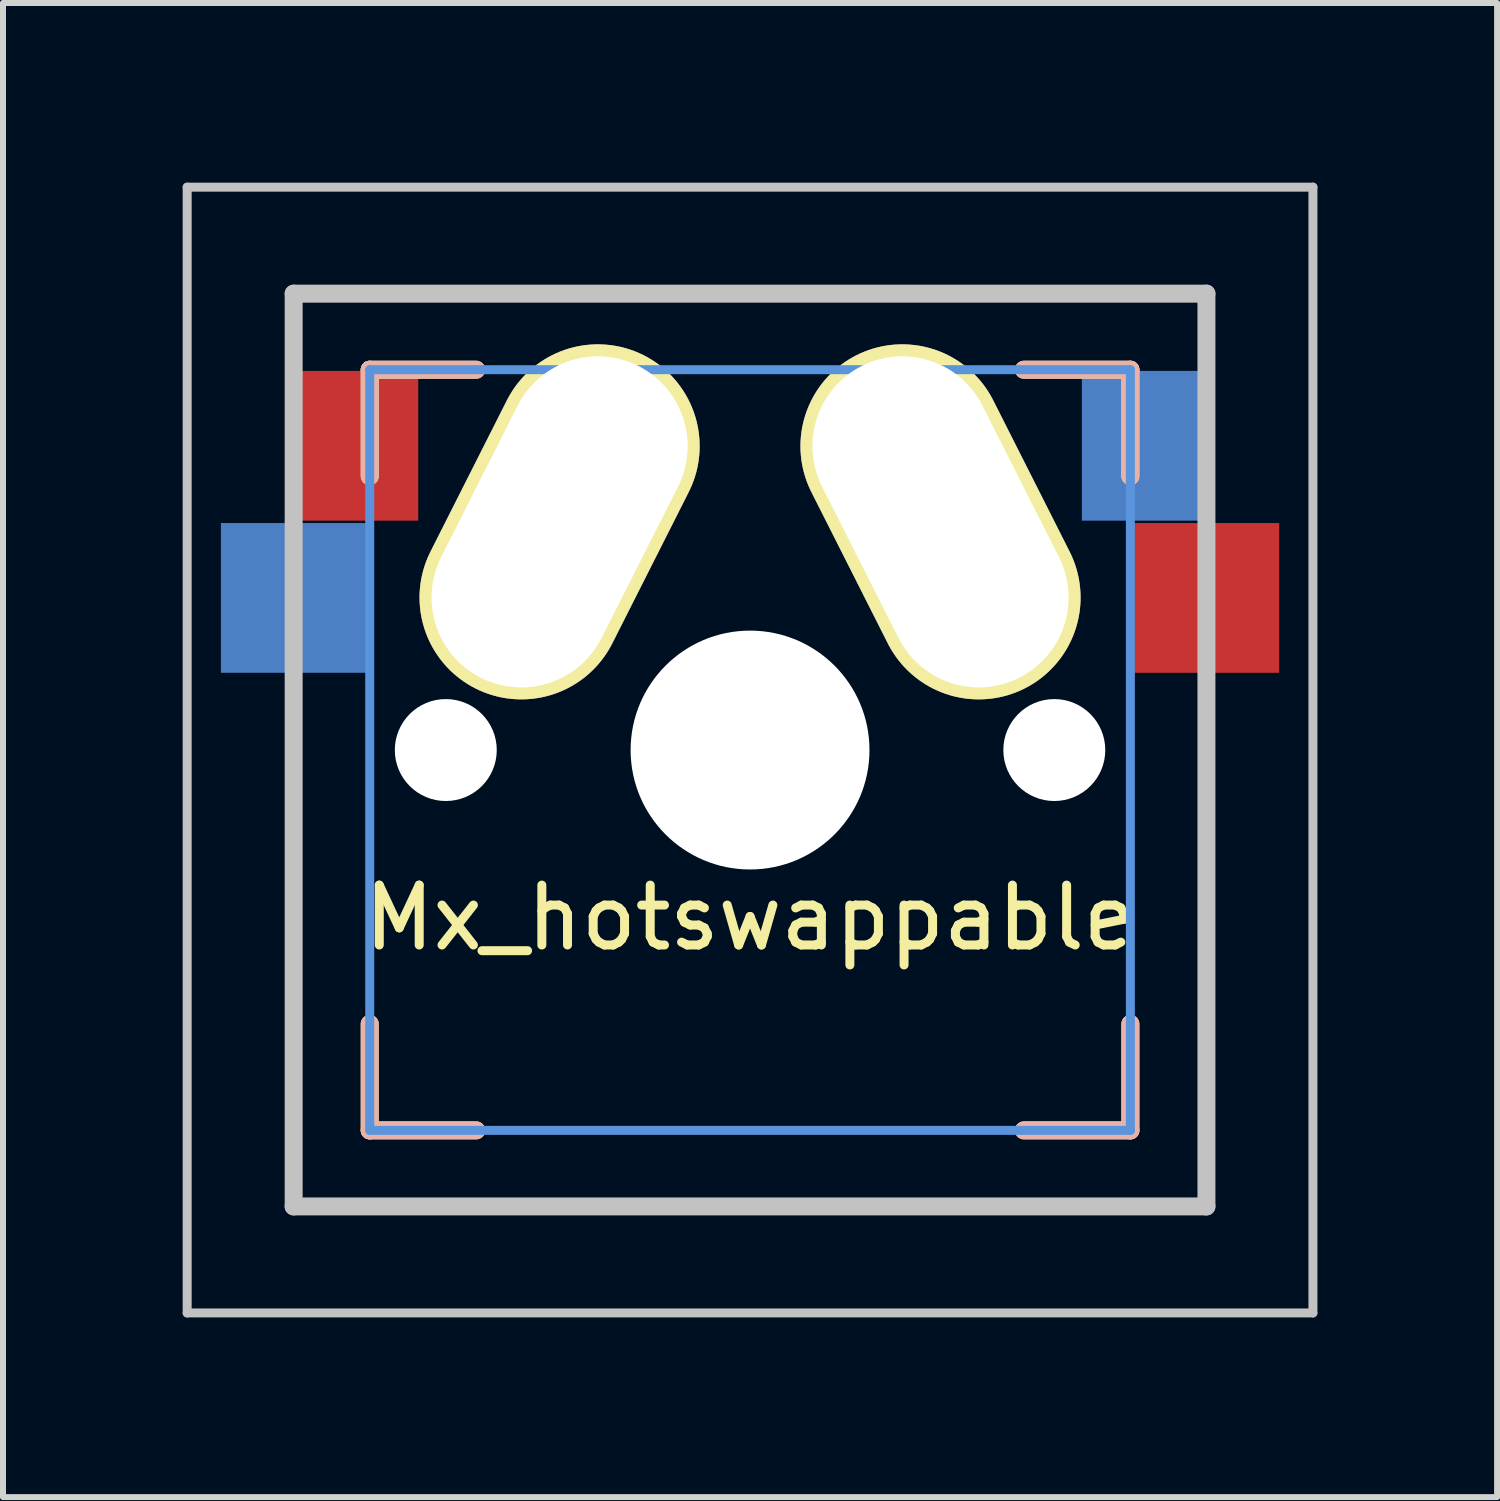
<source format=kicad_pcb>
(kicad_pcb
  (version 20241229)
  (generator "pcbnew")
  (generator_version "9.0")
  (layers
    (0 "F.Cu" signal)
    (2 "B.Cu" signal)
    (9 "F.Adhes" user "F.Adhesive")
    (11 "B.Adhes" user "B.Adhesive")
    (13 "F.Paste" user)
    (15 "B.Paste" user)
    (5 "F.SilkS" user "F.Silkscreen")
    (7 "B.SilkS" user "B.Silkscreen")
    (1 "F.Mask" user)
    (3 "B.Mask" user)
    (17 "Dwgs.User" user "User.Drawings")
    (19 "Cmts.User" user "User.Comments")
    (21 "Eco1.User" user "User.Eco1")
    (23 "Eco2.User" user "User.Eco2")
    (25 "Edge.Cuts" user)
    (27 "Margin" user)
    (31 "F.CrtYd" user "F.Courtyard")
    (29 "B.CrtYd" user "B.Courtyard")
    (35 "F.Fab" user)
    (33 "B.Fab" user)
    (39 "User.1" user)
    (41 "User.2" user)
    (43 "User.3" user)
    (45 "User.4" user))
  (footprint "Mx_hotswappable"
    (layer "F.Cu")
    (at 9.473 9.473)
    (property "Reference" "Mx_hotswappable" (at 0 2.8 0) (layer "F.SilkS") (effects (font (size 1 1) (thickness 0.15))))
    (attr through_hole)
    (fp_line (start -6.35 -6.35) (end -4.572 -6.35) (stroke (width 0.3) (type solid)) (layer "F.SilkS"))
    (fp_line (start -6.35 -4.572) (end -6.35 -6.35) (stroke (width 0.3) (type solid)) (layer "F.SilkS"))
    (fp_line (start -6.35 6.35) (end -6.35 4.572) (stroke (width 0.3) (type solid)) (layer "F.SilkS"))
    (fp_line (start -4.572 6.35) (end -6.35 6.35) (stroke (width 0.3) (type solid)) (layer "F.SilkS"))
    (fp_line (start 4.572 -6.35) (end 6.35 -6.35) (stroke (width 0.3) (type solid)) (layer "F.SilkS"))
    (fp_line (start 6.35 -6.35) (end 6.35 -4.572) (stroke (width 0.3) (type solid)) (layer "F.SilkS"))
    (fp_line (start 6.35 4.572) (end 6.35 6.35) (stroke (width 0.3) (type solid)) (layer "F.SilkS"))
    (fp_line (start 6.35 6.35) (end 4.572 6.35) (stroke (width 0.3) (type solid)) (layer "F.SilkS"))
    (fp_line (start -6.35 -6.35) (end -4.572 -6.35) (stroke (width 0.3) (type solid)) (layer "B.SilkS"))
    (fp_line (start -6.35 -4.572) (end -6.35 -6.35) (stroke (width 0.3) (type solid)) (layer "B.SilkS"))
    (fp_line (start -6.35 6.35) (end -6.35 4.572) (stroke (width 0.3) (type solid)) (layer "B.SilkS"))
    (fp_line (start -4.572 6.35) (end -6.35 6.35) (stroke (width 0.3) (type solid)) (layer "B.SilkS"))
    (fp_line (start 4.572 -6.35) (end 6.35 -6.35) (stroke (width 0.3) (type solid)) (layer "B.SilkS"))
    (fp_line (start 6.35 -6.35) (end 6.35 -4.572) (stroke (width 0.3) (type solid)) (layer "B.SilkS"))
    (fp_line (start 6.35 4.572) (end 6.35 6.35) (stroke (width 0.3) (type solid)) (layer "B.SilkS"))
    (fp_line (start 6.35 6.35) (end 4.572 6.35) (stroke (width 0.3) (type solid)) (layer "B.SilkS"))
    (fp_line (start -9.398 -9.398) (end -9.398 9.398) (stroke (width 0.15) (type solid)) (layer "Dwgs.User"))
    (fp_line (start -9.398 -9.398) (end 9.398 -9.398) (stroke (width 0.15) (type solid)) (layer "Dwgs.User"))
    (fp_line (start -9.398 9.398) (end 9.398 9.398) (stroke (width 0.15) (type solid)) (layer "Dwgs.User"))
    (fp_line (start -7.62 -7.62) (end -7.62 7.62) (stroke (width 0.3) (type solid)) (layer "Dwgs.User"))
    (fp_line (start -7.62 -7.62) (end 7.62 -7.62) (stroke (width 0.3) (type solid)) (layer "Dwgs.User"))
    (fp_line (start -7.62 7.62) (end 7.62 7.62) (stroke (width 0.3) (type solid)) (layer "Dwgs.User"))
    (fp_line (start 7.62 -7.62) (end 7.62 7.62) (stroke (width 0.3) (type solid)) (layer "Dwgs.User"))
    (fp_line (start 9.398 -9.398) (end 9.398 9.398) (stroke (width 0.15) (type solid)) (layer "Dwgs.User"))
    (fp_line (start -6.35 6.35) (end -6.35 -6.35) (stroke (width 0.15) (type solid)) (layer "Cmts.User"))
    (fp_line (start -6.35 6.35) (end 6.35 6.35) (stroke (width 0.15) (type solid)) (layer "Cmts.User"))
    (fp_line (start 6.35 -6.35) (end -6.35 -6.35) (stroke (width 0.15) (type solid)) (layer "Cmts.User"))
    (fp_line (start 6.35 -6.35) (end 6.35 6.35) (stroke (width 0.15) (type solid)) (layer "Cmts.User"))
    (fp_line (start -6.985 -6.985) (end 6.985 -6.985) (stroke (width 0.15) (type solid)) (layer "Eco2.User"))
    (fp_line (start -6.985 6.985) (end -6.985 -6.985) (stroke (width 0.15) (type solid)) (layer "Eco2.User"))
    (fp_line (start 6.985 -6.985) (end 6.985 6.985) (stroke (width 0.15) (type solid)) (layer "Eco2.User"))
    (fp_line (start 6.985 6.985) (end -6.985 6.985) (stroke (width 0.15) (type solid)) (layer "Eco2.User"))
    (pad "" np_thru_hole circle (at -5.08 0) (size 1.702 1.702) (drill 1.702) (layers "*.Cu" "*.Mask"))
    (pad "" np_thru_hole circle (at 0 0) (size 3.988 3.988) (drill 3.988) (layers "*.Cu" "*.Mask"))
    (pad "" np_thru_hole circle (at 5.08 0) (size 1.702 1.702) (drill 1.702) (layers "*.Cu" "*.Mask"))
    (pad "1" smd rect (at -6.64 -5.08) (size 2.2 2.5) (layers "F.Cu" "F.Mask" "F.Paste"))
    (pad "1" thru_hole oval (at -3.18 -3.81 333.2) (size 3.4 6.232) (drill oval 3 5.832) (layers "*.Cu" "*.Mask" "F.SilkS"))
    (pad "1" smd rect (at 6.64 -5.08) (size 2.2 2.5) (layers "B.Cu" "B.Mask" "B.Paste"))
    (pad "2" smd rect (at -7.56 -2.54) (size 2.55 2.5) (layers "B.Cu" "B.Mask" "B.Paste"))
    (pad "2" thru_hole oval (at 3.18 -3.81 26.8) (size 3.4 6.232) (drill oval 3 5.832) (layers "*.Cu" "*.Mask" "F.SilkS"))
    (pad "2" smd rect (at 7.56 -2.54) (size 2.55 2.5) (layers "F.Cu" "F.Mask" "F.Paste")))
  (gr_rect
    (start -3 -3)
    (end 21.946 21.946)
    (stroke (width 0.1) (type default))
    (fill no)
    (layer "Edge.Cuts")))
</source>
